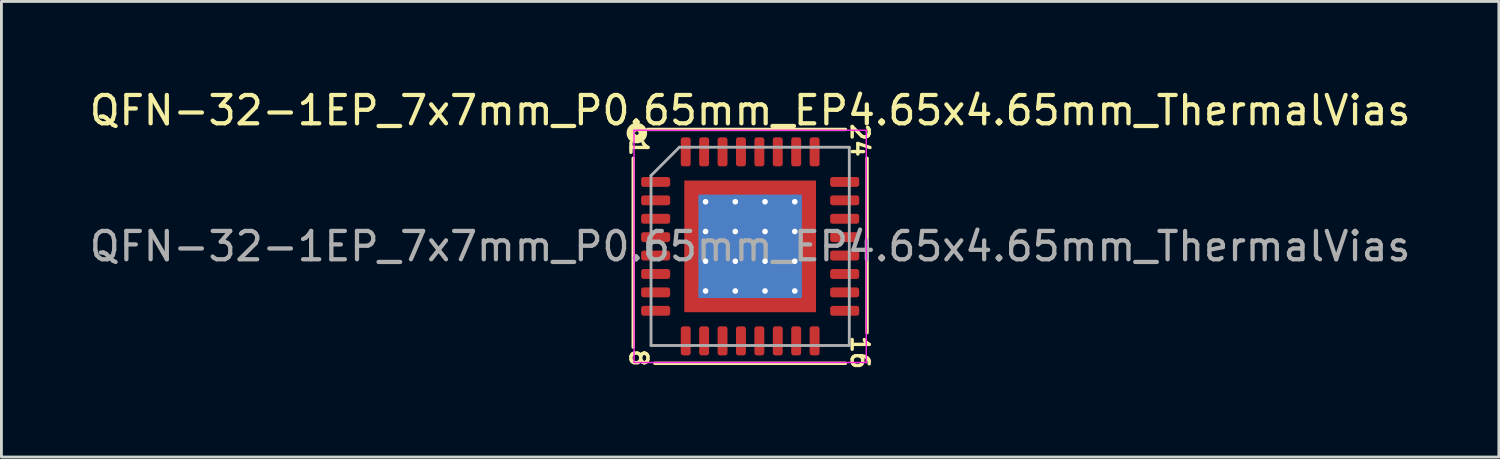
<source format=kicad_pcb>
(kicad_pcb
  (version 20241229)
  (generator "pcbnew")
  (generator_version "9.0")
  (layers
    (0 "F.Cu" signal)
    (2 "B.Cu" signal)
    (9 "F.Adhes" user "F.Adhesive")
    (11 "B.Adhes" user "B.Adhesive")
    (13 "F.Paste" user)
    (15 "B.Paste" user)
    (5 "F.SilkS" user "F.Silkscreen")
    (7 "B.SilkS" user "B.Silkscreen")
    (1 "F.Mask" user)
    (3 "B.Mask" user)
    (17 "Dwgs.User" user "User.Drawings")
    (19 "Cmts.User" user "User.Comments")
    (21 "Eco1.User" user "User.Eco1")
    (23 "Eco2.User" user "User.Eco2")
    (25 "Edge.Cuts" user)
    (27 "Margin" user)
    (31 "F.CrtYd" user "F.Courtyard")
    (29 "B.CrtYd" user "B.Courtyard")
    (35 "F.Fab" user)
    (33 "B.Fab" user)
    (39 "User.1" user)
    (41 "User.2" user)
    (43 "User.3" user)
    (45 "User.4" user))
  (footprint "QFN-32-1EP_7x7mm_P0.65mm_EP4.65x4.65mm_ThermalVias"
    (layer "F.Cu")
    (at 23.435 5.648)
    (property "Reference" "QFN-32-1EP_7x7mm_P0.65mm_EP4.65x4.65mm_ThermalVias" (at 0 -4.8 0) (layer "F.SilkS") (effects (font (size 1 1) (thickness 0.15))))
    (attr smd)
    (fp_line (start -4.128 -3.111) (end -4.128 3.556) (stroke (width 0.12) (type solid)) (layer "F.SilkS"))
    (fp_line (start -3.365 4.128) (end 3.365 4.128) (stroke (width 0.12) (type solid)) (layer "F.SilkS"))
    (fp_line (start 3.365 -4.128) (end -3.619 -4.128) (stroke (width 0.12) (type solid)) (layer "F.SilkS"))
    (fp_line (start 4.128 3.048) (end 4.128 -3.111) (stroke (width 0.12) (type solid)) (layer "F.SilkS"))
    (fp_circle (center -4 -4) (end -3.937 -4) (stroke (width 0.3) (type solid)) (fill no) (layer "F.SilkS"))
    (fp_line (start -4.1 -4.1) (end -4.1 4.1) (stroke (width 0.05) (type solid)) (layer "F.CrtYd"))
    (fp_line (start -4.1 4.1) (end 4.1 4.1) (stroke (width 0.05) (type solid)) (layer "F.CrtYd"))
    (fp_line (start 4.1 -4.1) (end -4.1 -4.1) (stroke (width 0.05) (type solid)) (layer "F.CrtYd"))
    (fp_line (start 4.1 4.1) (end 4.1 -4.1) (stroke (width 0.05) (type solid)) (layer "F.CrtYd"))
    (fp_line (start -3.5 -2.5) (end -2.5 -3.5) (stroke (width 0.1) (type solid)) (layer "F.Fab"))
    (fp_line (start -3.5 3.5) (end -3.5 -2.5) (stroke (width 0.1) (type solid)) (layer "F.Fab"))
    (fp_line (start -2.5 -3.5) (end 3.5 -3.5) (stroke (width 0.1) (type solid)) (layer "F.Fab"))
    (fp_line (start 3.5 -3.5) (end 3.5 3.5) (stroke (width 0.1) (type solid)) (layer "F.Fab"))
    (fp_line (start 3.5 3.5) (end -3.5 3.5) (stroke (width 0.1) (type solid)) (layer "F.Fab"))
    (fp_text user "16" (at 3.873 3.747 270) (unlocked yes) (layer "F.SilkS") (effects (font (size 0.6 0.6) (thickness 0.12))))
    (fp_text user "1" (at -3.937 -3.493 270) (unlocked yes) (layer "F.SilkS") (effects (font (size 0.6 0.6) (thickness 0.12))))
    (fp_text user "24" (at 3.873 -3.747 270) (unlocked yes) (layer "F.SilkS") (effects (font (size 0.6 0.6) (thickness 0.12))))
    (fp_text user "8" (at -3.937 3.937 270) (unlocked yes) (layer "F.SilkS") (effects (font (size 0.6 0.6) (thickness 0.12))))
    (fp_text user "${REFERENCE}" (at 0 0 0) (layer "F.Fab") (effects (font (size 1 1) (thickness 0.15))))
    (pad "" smd custom (at -1.95 -1.95) (size 0.507 0.507) (layers "F.Paste") (options (anchor circle)) (primitives (gr_poly (pts (xy -0.205 -0.205) (xy 0.205 -0.205) (xy 0.205 0.125) (xy 0.125 0.205) (xy -0.205 0.205)) (width 0.194) (fill yes))))
    (pad "" smd custom (at -1.95 -1.05) (size 0.528 0.528) (layers "F.Paste") (options (anchor circle)) (primitives (gr_poly (pts (xy -0.226 -0.347) (xy 0.162 -0.347) (xy 0.226 -0.283) (xy 0.226 0.283) (xy 0.162 0.347) (xy -0.226 0.347)) (width 0.153) (fill yes))))
    (pad "" smd custom (at -1.95 0) (size 0.528 0.528) (layers "F.Paste") (options (anchor circle)) (primitives (gr_poly (pts (xy -0.226 -0.347) (xy 0.162 -0.347) (xy 0.226 -0.283) (xy 0.226 0.283) (xy 0.162 0.347) (xy -0.226 0.347)) (width 0.153) (fill yes))))
    (pad "" smd custom (at -1.95 1.05) (size 0.528 0.528) (layers "F.Paste") (options (anchor circle)) (primitives (gr_poly (pts (xy -0.226 -0.347) (xy 0.162 -0.347) (xy 0.226 -0.283) (xy 0.226 0.283) (xy 0.162 0.347) (xy -0.226 0.347)) (width 0.153) (fill yes))))
    (pad "" smd custom (at -1.95 1.95) (size 0.507 0.507) (layers "F.Paste") (options (anchor circle)) (primitives (gr_poly (pts (xy -0.205 -0.205) (xy 0.125 -0.205) (xy 0.205 -0.125) (xy 0.205 0.205) (xy -0.205 0.205)) (width 0.194) (fill yes))))
    (pad "" smd custom (at -1.05 -1.95) (size 0.528 0.528) (layers "F.Paste") (options (anchor circle)) (primitives (gr_poly (pts (xy -0.347 -0.226) (xy 0.347 -0.226) (xy 0.347 0.162) (xy 0.283 0.226) (xy -0.283 0.226) (xy -0.347 0.162)) (width 0.153) (fill yes))))
    (pad "" smd roundrect (at -1.05 -1.05) (size 0.847 0.847) (layers "F.Paste") (roundrect_rratio 0.25))
    (pad "" smd roundrect (at -1.05 0) (size 0.847 0.847) (layers "F.Paste") (roundrect_rratio 0.25))
    (pad "" smd roundrect (at -1.05 1.05) (size 0.847 0.847) (layers "F.Paste") (roundrect_rratio 0.25))
    (pad "" smd custom (at -1.05 1.95) (size 0.528 0.528) (layers "F.Paste") (options (anchor circle)) (primitives (gr_poly (pts (xy -0.347 -0.162) (xy -0.283 -0.226) (xy 0.283 -0.226) (xy 0.347 -0.162) (xy 0.347 0.226) (xy -0.347 0.226)) (width 0.153) (fill yes))))
    (pad "" smd custom (at 0 -1.95) (size 0.528 0.528) (layers "F.Paste") (options (anchor circle)) (primitives (gr_poly (pts (xy -0.347 -0.226) (xy 0.347 -0.226) (xy 0.347 0.162) (xy 0.283 0.226) (xy -0.283 0.226) (xy -0.347 0.162)) (width 0.153) (fill yes))))
    (pad "" smd roundrect (at 0 -1.05) (size 0.847 0.847) (layers "F.Paste") (roundrect_rratio 0.25))
    (pad "" smd roundrect (at 0 0) (size 0.847 0.847) (layers "F.Paste") (roundrect_rratio 0.25))
    (pad "" smd roundrect (at 0 1.05) (size 0.847 0.847) (layers "F.Paste") (roundrect_rratio 0.25))
    (pad "" smd custom (at 0 1.95) (size 0.528 0.528) (layers "F.Paste") (options (anchor circle)) (primitives (gr_poly (pts (xy -0.347 -0.162) (xy -0.283 -0.226) (xy 0.283 -0.226) (xy 0.347 -0.162) (xy 0.347 0.226) (xy -0.347 0.226)) (width 0.153) (fill yes))))
    (pad "" smd custom (at 1.05 -1.95) (size 0.528 0.528) (layers "F.Paste") (options (anchor circle)) (primitives (gr_poly (pts (xy -0.347 -0.226) (xy 0.347 -0.226) (xy 0.347 0.162) (xy 0.283 0.226) (xy -0.283 0.226) (xy -0.347 0.162)) (width 0.153) (fill yes))))
    (pad "" smd roundrect (at 1.05 -1.05) (size 0.847 0.847) (layers "F.Paste") (roundrect_rratio 0.25))
    (pad "" smd roundrect (at 1.05 0) (size 0.847 0.847) (layers "F.Paste") (roundrect_rratio 0.25))
    (pad "" smd roundrect (at 1.05 1.05) (size 0.847 0.847) (layers "F.Paste") (roundrect_rratio 0.25))
    (pad "" smd custom (at 1.05 1.95) (size 0.528 0.528) (layers "F.Paste") (options (anchor circle)) (primitives (gr_poly (pts (xy -0.347 -0.162) (xy -0.283 -0.226) (xy 0.283 -0.226) (xy 0.347 -0.162) (xy 0.347 0.226) (xy -0.347 0.226)) (width 0.153) (fill yes))))
    (pad "" smd custom (at 1.95 -1.95) (size 0.507 0.507) (layers "F.Paste") (options (anchor circle)) (primitives (gr_poly (pts (xy -0.205 -0.205) (xy 0.205 -0.205) (xy 0.205 0.205) (xy -0.125 0.205) (xy -0.205 0.125)) (width 0.194) (fill yes))))
    (pad "" smd custom (at 1.95 -1.05) (size 0.528 0.528) (layers "F.Paste") (options (anchor circle)) (primitives (gr_poly (pts (xy -0.226 -0.283) (xy -0.162 -0.347) (xy 0.226 -0.347) (xy 0.226 0.347) (xy -0.162 0.347) (xy -0.226 0.283)) (width 0.153) (fill yes))))
    (pad "" smd custom (at 1.95 0) (size 0.528 0.528) (layers "F.Paste") (options (anchor circle)) (primitives (gr_poly (pts (xy -0.226 -0.283) (xy -0.162 -0.347) (xy 0.226 -0.347) (xy 0.226 0.347) (xy -0.162 0.347) (xy -0.226 0.283)) (width 0.153) (fill yes))))
    (pad "" smd custom (at 1.95 1.05) (size 0.528 0.528) (layers "F.Paste") (options (anchor circle)) (primitives (gr_poly (pts (xy -0.226 -0.283) (xy -0.162 -0.347) (xy 0.226 -0.347) (xy 0.226 0.347) (xy -0.162 0.347) (xy -0.226 0.283)) (width 0.153) (fill yes))))
    (pad "" smd custom (at 1.95 1.95) (size 0.507 0.507) (layers "F.Paste") (options (anchor circle)) (primitives (gr_poly (pts (xy -0.205 -0.125) (xy -0.125 -0.205) (xy 0.205 -0.205) (xy 0.205 0.205) (xy -0.205 0.205)) (width 0.194) (fill yes))))
    (pad "1" smd roundrect (at -3.337 -2.275) (size 1.025 0.35) (layers "F.Cu" "F.Mask" "F.Paste") (roundrect_rratio 0.25))
    (pad "2" smd roundrect (at -3.337 -1.625) (size 1.025 0.35) (layers "F.Cu" "F.Mask" "F.Paste") (roundrect_rratio 0.25))
    (pad "3" smd roundrect (at -3.337 -0.975) (size 1.025 0.35) (layers "F.Cu" "F.Mask" "F.Paste") (roundrect_rratio 0.25))
    (pad "4" smd roundrect (at -3.337 -0.325) (size 1.025 0.35) (layers "F.Cu" "F.Mask" "F.Paste") (roundrect_rratio 0.25))
    (pad "5" smd roundrect (at -3.337 0.325) (size 1.025 0.35) (layers "F.Cu" "F.Mask" "F.Paste") (roundrect_rratio 0.25))
    (pad "6" smd roundrect (at -3.337 0.975) (size 1.025 0.35) (layers "F.Cu" "F.Mask" "F.Paste") (roundrect_rratio 0.25))
    (pad "7" smd roundrect (at -3.337 1.625) (size 1.025 0.35) (layers "F.Cu" "F.Mask" "F.Paste") (roundrect_rratio 0.25))
    (pad "8" smd roundrect (at -3.337 2.275) (size 1.025 0.35) (layers "F.Cu" "F.Mask" "F.Paste") (roundrect_rratio 0.25))
    (pad "9" smd roundrect (at -2.275 3.337) (size 0.35 1.025) (layers "F.Cu" "F.Mask" "F.Paste") (roundrect_rratio 0.25))
    (pad "10" smd roundrect (at -1.625 3.337) (size 0.35 1.025) (layers "F.Cu" "F.Mask" "F.Paste") (roundrect_rratio 0.25))
    (pad "11" smd roundrect (at -0.975 3.337) (size 0.35 1.025) (layers "F.Cu" "F.Mask" "F.Paste") (roundrect_rratio 0.25))
    (pad "12" smd roundrect (at -0.325 3.337) (size 0.35 1.025) (layers "F.Cu" "F.Mask" "F.Paste") (roundrect_rratio 0.25))
    (pad "13" smd roundrect (at 0.325 3.337) (size 0.35 1.025) (layers "F.Cu" "F.Mask" "F.Paste") (roundrect_rratio 0.25))
    (pad "14" smd roundrect (at 0.975 3.337) (size 0.35 1.025) (layers "F.Cu" "F.Mask" "F.Paste") (roundrect_rratio 0.25))
    (pad "15" smd roundrect (at 1.625 3.337) (size 0.35 1.025) (layers "F.Cu" "F.Mask" "F.Paste") (roundrect_rratio 0.25))
    (pad "16" smd roundrect (at 2.275 3.337) (size 0.35 1.025) (layers "F.Cu" "F.Mask" "F.Paste") (roundrect_rratio 0.25))
    (pad "17" smd roundrect (at 3.337 2.275) (size 1.025 0.35) (layers "F.Cu" "F.Mask" "F.Paste") (roundrect_rratio 0.25))
    (pad "18" smd roundrect (at 3.337 1.625) (size 1.025 0.35) (layers "F.Cu" "F.Mask" "F.Paste") (roundrect_rratio 0.25))
    (pad "19" smd roundrect (at 3.337 0.975) (size 1.025 0.35) (layers "F.Cu" "F.Mask" "F.Paste") (roundrect_rratio 0.25))
    (pad "20" smd roundrect (at 3.337 0.325) (size 1.025 0.35) (layers "F.Cu" "F.Mask" "F.Paste") (roundrect_rratio 0.25))
    (pad "21" smd roundrect (at 3.337 -0.325) (size 1.025 0.35) (layers "F.Cu" "F.Mask" "F.Paste") (roundrect_rratio 0.25))
    (pad "22" smd roundrect (at 3.337 -0.975) (size 1.025 0.35) (layers "F.Cu" "F.Mask" "F.Paste") (roundrect_rratio 0.25))
    (pad "23" smd roundrect (at 3.337 -1.625) (size 1.025 0.35) (layers "F.Cu" "F.Mask" "F.Paste") (roundrect_rratio 0.25))
    (pad "24" smd roundrect (at 3.337 -2.275) (size 1.025 0.35) (layers "F.Cu" "F.Mask" "F.Paste") (roundrect_rratio 0.25))
    (pad "25" smd roundrect (at 2.275 -3.337) (size 0.35 1.025) (layers "F.Cu" "F.Mask" "F.Paste") (roundrect_rratio 0.25))
    (pad "26" smd roundrect (at 1.625 -3.337) (size 0.35 1.025) (layers "F.Cu" "F.Mask" "F.Paste") (roundrect_rratio 0.25))
    (pad "27" smd roundrect (at 0.975 -3.337) (size 0.35 1.025) (layers "F.Cu" "F.Mask" "F.Paste") (roundrect_rratio 0.25))
    (pad "28" smd roundrect (at 0.325 -3.337) (size 0.35 1.025) (layers "F.Cu" "F.Mask" "F.Paste") (roundrect_rratio 0.25))
    (pad "29" smd roundrect (at -0.325 -3.337) (size 0.35 1.025) (layers "F.Cu" "F.Mask" "F.Paste") (roundrect_rratio 0.25))
    (pad "30" smd roundrect (at -0.975 -3.337) (size 0.35 1.025) (layers "F.Cu" "F.Mask" "F.Paste") (roundrect_rratio 0.25))
    (pad "31" smd roundrect (at -1.625 -3.337) (size 0.35 1.025) (layers "F.Cu" "F.Mask" "F.Paste") (roundrect_rratio 0.25))
    (pad "32" smd roundrect (at -2.275 -3.337) (size 0.35 1.025) (layers "F.Cu" "F.Mask" "F.Paste") (roundrect_rratio 0.25))
    (pad "33" thru_hole circle (at -1.575 -1.575) (size 0.5 0.5) (drill 0.2) (layers "*.Cu"))
    (pad "33" thru_hole circle (at -1.575 -0.525) (size 0.5 0.5) (drill 0.2) (layers "*.Cu"))
    (pad "33" thru_hole circle (at -1.575 0.525) (size 0.5 0.5) (drill 0.2) (layers "*.Cu"))
    (pad "33" thru_hole circle (at -1.575 1.575) (size 0.5 0.5) (drill 0.2) (layers "*.Cu"))
    (pad "33" thru_hole circle (at -0.525 -1.575) (size 0.5 0.5) (drill 0.2) (layers "*.Cu"))
    (pad "33" thru_hole circle (at -0.525 -0.525) (size 0.5 0.5) (drill 0.2) (layers "*.Cu"))
    (pad "33" thru_hole circle (at -0.525 0.525) (size 0.5 0.5) (drill 0.2) (layers "*.Cu"))
    (pad "33" thru_hole circle (at -0.525 1.575) (size 0.5 0.5) (drill 0.2) (layers "*.Cu"))
    (pad "33" smd rect (at 0 0) (size 3.65 3.65) (layers "B.Cu" "B.Mask"))
    (pad "33" smd rect (at 0 0) (size 4.65 4.65) (layers "F.Cu" "F.Mask"))
    (pad "33" thru_hole circle (at 0.525 -1.575) (size 0.5 0.5) (drill 0.2) (layers "*.Cu"))
    (pad "33" thru_hole circle (at 0.525 -0.525) (size 0.5 0.5) (drill 0.2) (layers "*.Cu"))
    (pad "33" thru_hole circle (at 0.525 0.525) (size 0.5 0.5) (drill 0.2) (layers "*.Cu"))
    (pad "33" thru_hole circle (at 0.525 1.575) (size 0.5 0.5) (drill 0.2) (layers "*.Cu"))
    (pad "33" thru_hole circle (at 1.575 -1.575) (size 0.5 0.5) (drill 0.2) (layers "*.Cu"))
    (pad "33" thru_hole circle (at 1.575 -0.525) (size 0.5 0.5) (drill 0.2) (layers "*.Cu"))
    (pad "33" thru_hole circle (at 1.575 0.525) (size 0.5 0.5) (drill 0.2) (layers "*.Cu"))
    (pad "33" thru_hole circle (at 1.575 1.575) (size 0.5 0.5) (drill 0.2) (layers "*.Cu")))
  (gr_rect
    (start -3 -3)
    (end 49.869 13.086)
    (stroke (width 0.1) (type default))
    (fill no)
    (layer "Edge.Cuts")))
</source>
